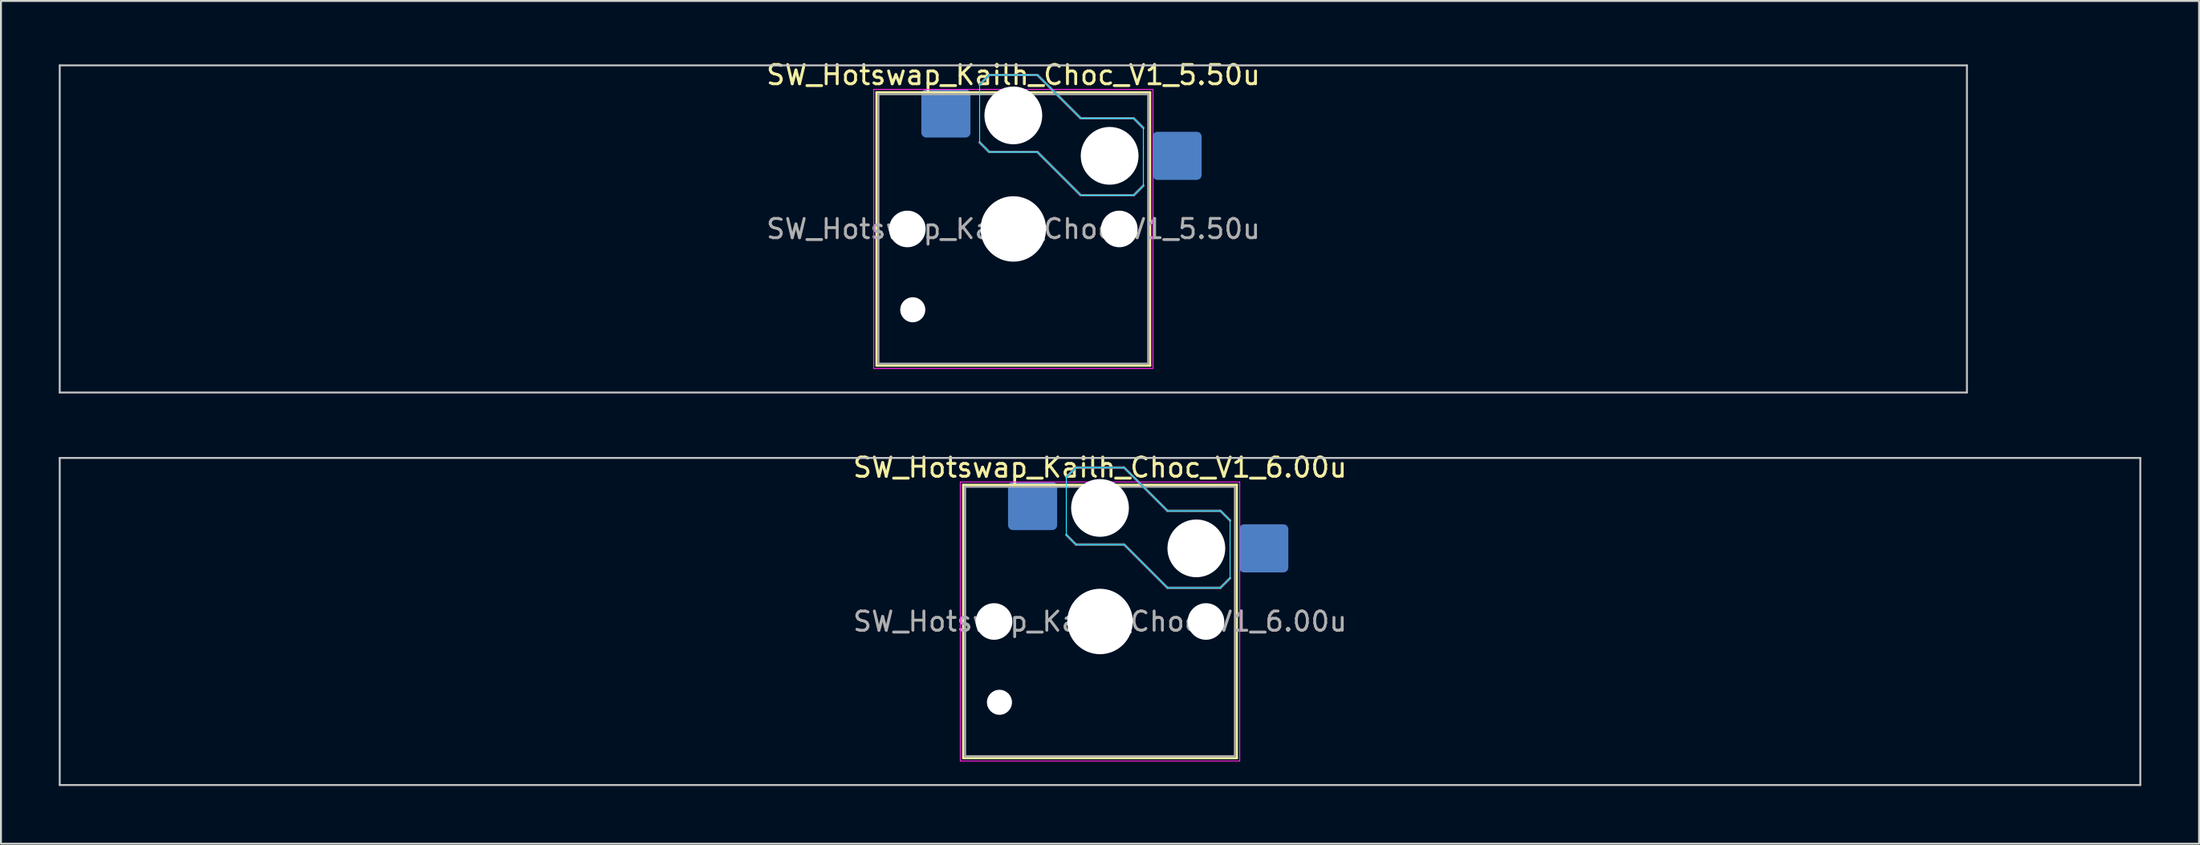
<source format=kicad_pcb>
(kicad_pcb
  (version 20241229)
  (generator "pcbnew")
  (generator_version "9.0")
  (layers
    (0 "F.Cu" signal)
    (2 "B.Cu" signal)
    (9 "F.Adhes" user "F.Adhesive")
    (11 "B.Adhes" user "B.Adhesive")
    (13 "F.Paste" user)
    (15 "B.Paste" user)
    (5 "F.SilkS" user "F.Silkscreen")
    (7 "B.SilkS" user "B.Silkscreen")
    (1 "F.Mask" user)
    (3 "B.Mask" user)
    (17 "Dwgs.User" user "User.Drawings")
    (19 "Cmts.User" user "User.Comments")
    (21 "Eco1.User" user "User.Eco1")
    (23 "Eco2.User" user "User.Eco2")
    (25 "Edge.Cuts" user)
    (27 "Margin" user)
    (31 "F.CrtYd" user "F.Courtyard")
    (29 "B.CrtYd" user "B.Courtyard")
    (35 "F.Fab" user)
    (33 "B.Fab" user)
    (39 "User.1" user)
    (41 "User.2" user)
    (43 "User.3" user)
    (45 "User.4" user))
  (footprint "SW_Hotswap_Kailh_Choc_V1_6.00u"
    (layer "F.Cu")
    (at 54.05 29.247)
    (property "Reference" "SW_Hotswap_Kailh_Choc_V1_6.00u" (at 0 -8 0) (layer "F.SilkS") (effects (font (size 1 1) (thickness 0.15))))
    (attr smd)
    (fp_line (start -7.1 -7.1) (end -7.1 7.1) (stroke (width 0.12) (type solid)) (layer "F.SilkS"))
    (fp_line (start -7.1 7.1) (end 7.1 7.1) (stroke (width 0.12) (type solid)) (layer "F.SilkS"))
    (fp_line (start 7.1 -7.1) (end -7.1 -7.1) (stroke (width 0.12) (type solid)) (layer "F.SilkS"))
    (fp_line (start 7.1 7.1) (end 7.1 -7.1) (stroke (width 0.12) (type solid)) (layer "F.SilkS"))
    (fp_line (start -1.75 -7.5) (end -1.25 -8) (stroke (width 0.12) (type solid)) (layer "B.SilkS"))
    (fp_line (start -1.25 -8) (end 1.25 -8) (stroke (width 0.12) (type solid)) (layer "B.SilkS"))
    (fp_line (start -1.25 -4) (end -1.75 -4.5) (stroke (width 0.12) (type solid)) (layer "B.SilkS"))
    (fp_line (start 1.25 -8) (end 3.5 -5.75) (stroke (width 0.12) (type solid)) (layer "B.SilkS"))
    (fp_line (start 1.25 -4) (end -1.25 -4) (stroke (width 0.12) (type solid)) (layer "B.SilkS"))
    (fp_line (start 3.5 -5.75) (end 6.25 -5.75) (stroke (width 0.12) (type solid)) (layer "B.SilkS"))
    (fp_line (start 3.5 -1.75) (end 1.25 -4) (stroke (width 0.12) (type solid)) (layer "B.SilkS"))
    (fp_line (start 6.25 -5.75) (end 6.75 -5.25) (stroke (width 0.12) (type solid)) (layer "B.SilkS"))
    (fp_line (start 6.25 -1.75) (end 3.5 -1.75) (stroke (width 0.12) (type solid)) (layer "B.SilkS"))
    (fp_line (start 6.75 -2.25) (end 6.25 -1.75) (stroke (width 0.12) (type solid)) (layer "B.SilkS"))
    (fp_line (start -54 -8.5) (end -54 8.5) (stroke (width 0.1) (type solid)) (layer "Dwgs.User"))
    (fp_line (start -54 8.5) (end 54 8.5) (stroke (width 0.1) (type solid)) (layer "Dwgs.User"))
    (fp_line (start 54 -8.5) (end -54 -8.5) (stroke (width 0.1) (type solid)) (layer "Dwgs.User"))
    (fp_line (start 54 8.5) (end 54 -8.5) (stroke (width 0.1) (type solid)) (layer "Dwgs.User"))
    (fp_line (start -1.75 -7.5) (end -1.25 -8) (stroke (width 0.05) (type solid)) (layer "B.CrtYd"))
    (fp_line (start -1.75 -4.5) (end -1.75 -7.5) (stroke (width 0.05) (type solid)) (layer "B.CrtYd"))
    (fp_line (start -1.25 -8) (end 1.25 -8) (stroke (width 0.05) (type solid)) (layer "B.CrtYd"))
    (fp_line (start -1.25 -4) (end -1.75 -4.5) (stroke (width 0.05) (type solid)) (layer "B.CrtYd"))
    (fp_line (start 1.25 -8) (end 3.5 -5.75) (stroke (width 0.05) (type solid)) (layer "B.CrtYd"))
    (fp_line (start 1.25 -4) (end -1.25 -4) (stroke (width 0.05) (type solid)) (layer "B.CrtYd"))
    (fp_line (start 3.5 -5.75) (end 6.25 -5.75) (stroke (width 0.05) (type solid)) (layer "B.CrtYd"))
    (fp_line (start 3.5 -1.75) (end 1.25 -4) (stroke (width 0.05) (type solid)) (layer "B.CrtYd"))
    (fp_line (start 6.25 -5.75) (end 6.75 -5.25) (stroke (width 0.05) (type solid)) (layer "B.CrtYd"))
    (fp_line (start 6.25 -1.75) (end 3.5 -1.75) (stroke (width 0.05) (type solid)) (layer "B.CrtYd"))
    (fp_line (start 6.75 -5.25) (end 6.75 -2.25) (stroke (width 0.05) (type solid)) (layer "B.CrtYd"))
    (fp_line (start 6.75 -2.25) (end 6.25 -1.75) (stroke (width 0.05) (type solid)) (layer "B.CrtYd"))
    (fp_line (start -7.25 -7.25) (end -7.25 7.25) (stroke (width 0.05) (type solid)) (layer "F.CrtYd"))
    (fp_line (start -7.25 7.25) (end 7.25 7.25) (stroke (width 0.05) (type solid)) (layer "F.CrtYd"))
    (fp_line (start 7.25 -7.25) (end -7.25 -7.25) (stroke (width 0.05) (type solid)) (layer "F.CrtYd"))
    (fp_line (start 7.25 7.25) (end 7.25 -7.25) (stroke (width 0.05) (type solid)) (layer "F.CrtYd"))
    (fp_line (start -1.75 -7.5) (end -1.25 -8) (stroke (width 0.1) (type solid)) (layer "B.Fab"))
    (fp_line (start -1.25 -8) (end 1.25 -8) (stroke (width 0.1) (type solid)) (layer "B.Fab"))
    (fp_line (start -1.25 -4) (end -1.75 -4.5) (stroke (width 0.1) (type solid)) (layer "B.Fab"))
    (fp_line (start 1.25 -8) (end 3.5 -5.75) (stroke (width 0.1) (type solid)) (layer "B.Fab"))
    (fp_line (start 1.25 -4) (end -1.25 -4) (stroke (width 0.1) (type solid)) (layer "B.Fab"))
    (fp_line (start 3.5 -5.75) (end 6.25 -5.75) (stroke (width 0.1) (type solid)) (layer "B.Fab"))
    (fp_line (start 3.5 -1.75) (end 1.25 -4) (stroke (width 0.1) (type solid)) (layer "B.Fab"))
    (fp_line (start 6.25 -5.75) (end 6.75 -5.25) (stroke (width 0.1) (type solid)) (layer "B.Fab"))
    (fp_line (start 6.25 -1.75) (end 3.5 -1.75) (stroke (width 0.1) (type solid)) (layer "B.Fab"))
    (fp_line (start 6.75 -2.25) (end 6.25 -1.75) (stroke (width 0.1) (type solid)) (layer "B.Fab"))
    (fp_line (start -7 -7) (end -7 7) (stroke (width 0.1) (type solid)) (layer "F.Fab"))
    (fp_line (start -7 7) (end 7 7) (stroke (width 0.1) (type solid)) (layer "F.Fab"))
    (fp_line (start 7 -7) (end -7 -7) (stroke (width 0.1) (type solid)) (layer "F.Fab"))
    (fp_line (start 7 7) (end 7 -7) (stroke (width 0.1) (type solid)) (layer "F.Fab"))
    (fp_text user "${REFERENCE}" (at 0 0 0) (layer "F.Fab") (effects (font (size 1 1) (thickness 0.15))))
    (pad "" np_thru_hole circle (at -5.5 0) (size 1.9 1.9) (drill 1.9) (layers "*.Cu" "*.Mask"))
    (pad "" np_thru_hole circle (at -5.22 4.2) (size 1.3 1.3) (drill 1.3) (layers "*.Cu" "*.Mask"))
    (pad "" np_thru_hole circle (at 0 -5.9) (size 3 3) (drill 3) (layers "*.Cu" "*.Mask"))
    (pad "" np_thru_hole circle (at 0 0) (size 3.4 3.4) (drill 3.4) (layers "*.Cu" "*.Mask"))
    (pad "" np_thru_hole circle (at 5 -3.8) (size 3 3) (drill 3) (layers "*.Cu" "*.Mask"))
    (pad "" np_thru_hole circle (at 5.5 0) (size 1.9 1.9) (drill 1.9) (layers "*.Cu" "*.Mask"))
    (pad "1" smd roundrect (at -3.5 -6) (size 2.55 2.5) (layers "B.Cu" "B.Mask" "B.Paste") (roundrect_rratio 0.1))
    (pad "2" smd roundrect (at 8.5 -3.8) (size 2.55 2.5) (layers "B.Cu" "B.Mask" "B.Paste") (roundrect_rratio 0.1)))
  (footprint "SW_Hotswap_Kailh_Choc_V1_5.50u"
    (layer "F.Cu")
    (at 49.55 8.848)
    (property "Reference" "SW_Hotswap_Kailh_Choc_V1_5.50u" (at 0 -8 0) (layer "F.SilkS") (effects (font (size 1 1) (thickness 0.15))))
    (attr smd)
    (fp_line (start -7.1 -7.1) (end -7.1 7.1) (stroke (width 0.12) (type solid)) (layer "F.SilkS"))
    (fp_line (start -7.1 7.1) (end 7.1 7.1) (stroke (width 0.12) (type solid)) (layer "F.SilkS"))
    (fp_line (start 7.1 -7.1) (end -7.1 -7.1) (stroke (width 0.12) (type solid)) (layer "F.SilkS"))
    (fp_line (start 7.1 7.1) (end 7.1 -7.1) (stroke (width 0.12) (type solid)) (layer "F.SilkS"))
    (fp_line (start -1.75 -7.5) (end -1.25 -8) (stroke (width 0.12) (type solid)) (layer "B.SilkS"))
    (fp_line (start -1.25 -8) (end 1.25 -8) (stroke (width 0.12) (type solid)) (layer "B.SilkS"))
    (fp_line (start -1.25 -4) (end -1.75 -4.5) (stroke (width 0.12) (type solid)) (layer "B.SilkS"))
    (fp_line (start 1.25 -8) (end 3.5 -5.75) (stroke (width 0.12) (type solid)) (layer "B.SilkS"))
    (fp_line (start 1.25 -4) (end -1.25 -4) (stroke (width 0.12) (type solid)) (layer "B.SilkS"))
    (fp_line (start 3.5 -5.75) (end 6.25 -5.75) (stroke (width 0.12) (type solid)) (layer "B.SilkS"))
    (fp_line (start 3.5 -1.75) (end 1.25 -4) (stroke (width 0.12) (type solid)) (layer "B.SilkS"))
    (fp_line (start 6.25 -5.75) (end 6.75 -5.25) (stroke (width 0.12) (type solid)) (layer "B.SilkS"))
    (fp_line (start 6.25 -1.75) (end 3.5 -1.75) (stroke (width 0.12) (type solid)) (layer "B.SilkS"))
    (fp_line (start 6.75 -2.25) (end 6.25 -1.75) (stroke (width 0.12) (type solid)) (layer "B.SilkS"))
    (fp_line (start -49.5 -8.5) (end -49.5 8.5) (stroke (width 0.1) (type solid)) (layer "Dwgs.User"))
    (fp_line (start -49.5 8.5) (end 49.5 8.5) (stroke (width 0.1) (type solid)) (layer "Dwgs.User"))
    (fp_line (start 49.5 -8.5) (end -49.5 -8.5) (stroke (width 0.1) (type solid)) (layer "Dwgs.User"))
    (fp_line (start 49.5 8.5) (end 49.5 -8.5) (stroke (width 0.1) (type solid)) (layer "Dwgs.User"))
    (fp_line (start -1.75 -7.5) (end -1.25 -8) (stroke (width 0.05) (type solid)) (layer "B.CrtYd"))
    (fp_line (start -1.75 -4.5) (end -1.75 -7.5) (stroke (width 0.05) (type solid)) (layer "B.CrtYd"))
    (fp_line (start -1.25 -8) (end 1.25 -8) (stroke (width 0.05) (type solid)) (layer "B.CrtYd"))
    (fp_line (start -1.25 -4) (end -1.75 -4.5) (stroke (width 0.05) (type solid)) (layer "B.CrtYd"))
    (fp_line (start 1.25 -8) (end 3.5 -5.75) (stroke (width 0.05) (type solid)) (layer "B.CrtYd"))
    (fp_line (start 1.25 -4) (end -1.25 -4) (stroke (width 0.05) (type solid)) (layer "B.CrtYd"))
    (fp_line (start 3.5 -5.75) (end 6.25 -5.75) (stroke (width 0.05) (type solid)) (layer "B.CrtYd"))
    (fp_line (start 3.5 -1.75) (end 1.25 -4) (stroke (width 0.05) (type solid)) (layer "B.CrtYd"))
    (fp_line (start 6.25 -5.75) (end 6.75 -5.25) (stroke (width 0.05) (type solid)) (layer "B.CrtYd"))
    (fp_line (start 6.25 -1.75) (end 3.5 -1.75) (stroke (width 0.05) (type solid)) (layer "B.CrtYd"))
    (fp_line (start 6.75 -5.25) (end 6.75 -2.25) (stroke (width 0.05) (type solid)) (layer "B.CrtYd"))
    (fp_line (start 6.75 -2.25) (end 6.25 -1.75) (stroke (width 0.05) (type solid)) (layer "B.CrtYd"))
    (fp_line (start -7.25 -7.25) (end -7.25 7.25) (stroke (width 0.05) (type solid)) (layer "F.CrtYd"))
    (fp_line (start -7.25 7.25) (end 7.25 7.25) (stroke (width 0.05) (type solid)) (layer "F.CrtYd"))
    (fp_line (start 7.25 -7.25) (end -7.25 -7.25) (stroke (width 0.05) (type solid)) (layer "F.CrtYd"))
    (fp_line (start 7.25 7.25) (end 7.25 -7.25) (stroke (width 0.05) (type solid)) (layer "F.CrtYd"))
    (fp_line (start -1.75 -7.5) (end -1.25 -8) (stroke (width 0.1) (type solid)) (layer "B.Fab"))
    (fp_line (start -1.25 -8) (end 1.25 -8) (stroke (width 0.1) (type solid)) (layer "B.Fab"))
    (fp_line (start -1.25 -4) (end -1.75 -4.5) (stroke (width 0.1) (type solid)) (layer "B.Fab"))
    (fp_line (start 1.25 -8) (end 3.5 -5.75) (stroke (width 0.1) (type solid)) (layer "B.Fab"))
    (fp_line (start 1.25 -4) (end -1.25 -4) (stroke (width 0.1) (type solid)) (layer "B.Fab"))
    (fp_line (start 3.5 -5.75) (end 6.25 -5.75) (stroke (width 0.1) (type solid)) (layer "B.Fab"))
    (fp_line (start 3.5 -1.75) (end 1.25 -4) (stroke (width 0.1) (type solid)) (layer "B.Fab"))
    (fp_line (start 6.25 -5.75) (end 6.75 -5.25) (stroke (width 0.1) (type solid)) (layer "B.Fab"))
    (fp_line (start 6.25 -1.75) (end 3.5 -1.75) (stroke (width 0.1) (type solid)) (layer "B.Fab"))
    (fp_line (start 6.75 -2.25) (end 6.25 -1.75) (stroke (width 0.1) (type solid)) (layer "B.Fab"))
    (fp_line (start -7 -7) (end -7 7) (stroke (width 0.1) (type solid)) (layer "F.Fab"))
    (fp_line (start -7 7) (end 7 7) (stroke (width 0.1) (type solid)) (layer "F.Fab"))
    (fp_line (start 7 -7) (end -7 -7) (stroke (width 0.1) (type solid)) (layer "F.Fab"))
    (fp_line (start 7 7) (end 7 -7) (stroke (width 0.1) (type solid)) (layer "F.Fab"))
    (fp_text user "${REFERENCE}" (at 0 0 0) (layer "F.Fab") (effects (font (size 1 1) (thickness 0.15))))
    (pad "" np_thru_hole circle (at -5.5 0) (size 1.9 1.9) (drill 1.9) (layers "*.Cu" "*.Mask"))
    (pad "" np_thru_hole circle (at -5.22 4.2) (size 1.3 1.3) (drill 1.3) (layers "*.Cu" "*.Mask"))
    (pad "" np_thru_hole circle (at 0 -5.9) (size 3 3) (drill 3) (layers "*.Cu" "*.Mask"))
    (pad "" np_thru_hole circle (at 0 0) (size 3.4 3.4) (drill 3.4) (layers "*.Cu" "*.Mask"))
    (pad "" np_thru_hole circle (at 5 -3.8) (size 3 3) (drill 3) (layers "*.Cu" "*.Mask"))
    (pad "" np_thru_hole circle (at 5.5 0) (size 1.9 1.9) (drill 1.9) (layers "*.Cu" "*.Mask"))
    (pad "1" smd roundrect (at -3.5 -6) (size 2.55 2.5) (layers "B.Cu" "B.Mask" "B.Paste") (roundrect_rratio 0.1))
    (pad "2" smd roundrect (at 8.5 -3.8) (size 2.55 2.5) (layers "B.Cu" "B.Mask" "B.Paste") (roundrect_rratio 0.1)))
  (gr_rect
    (start -3 -3)
    (end 111.1 40.797)
    (stroke (width 0.1) (type default))
    (fill no)
    (layer "Edge.Cuts")))
</source>
